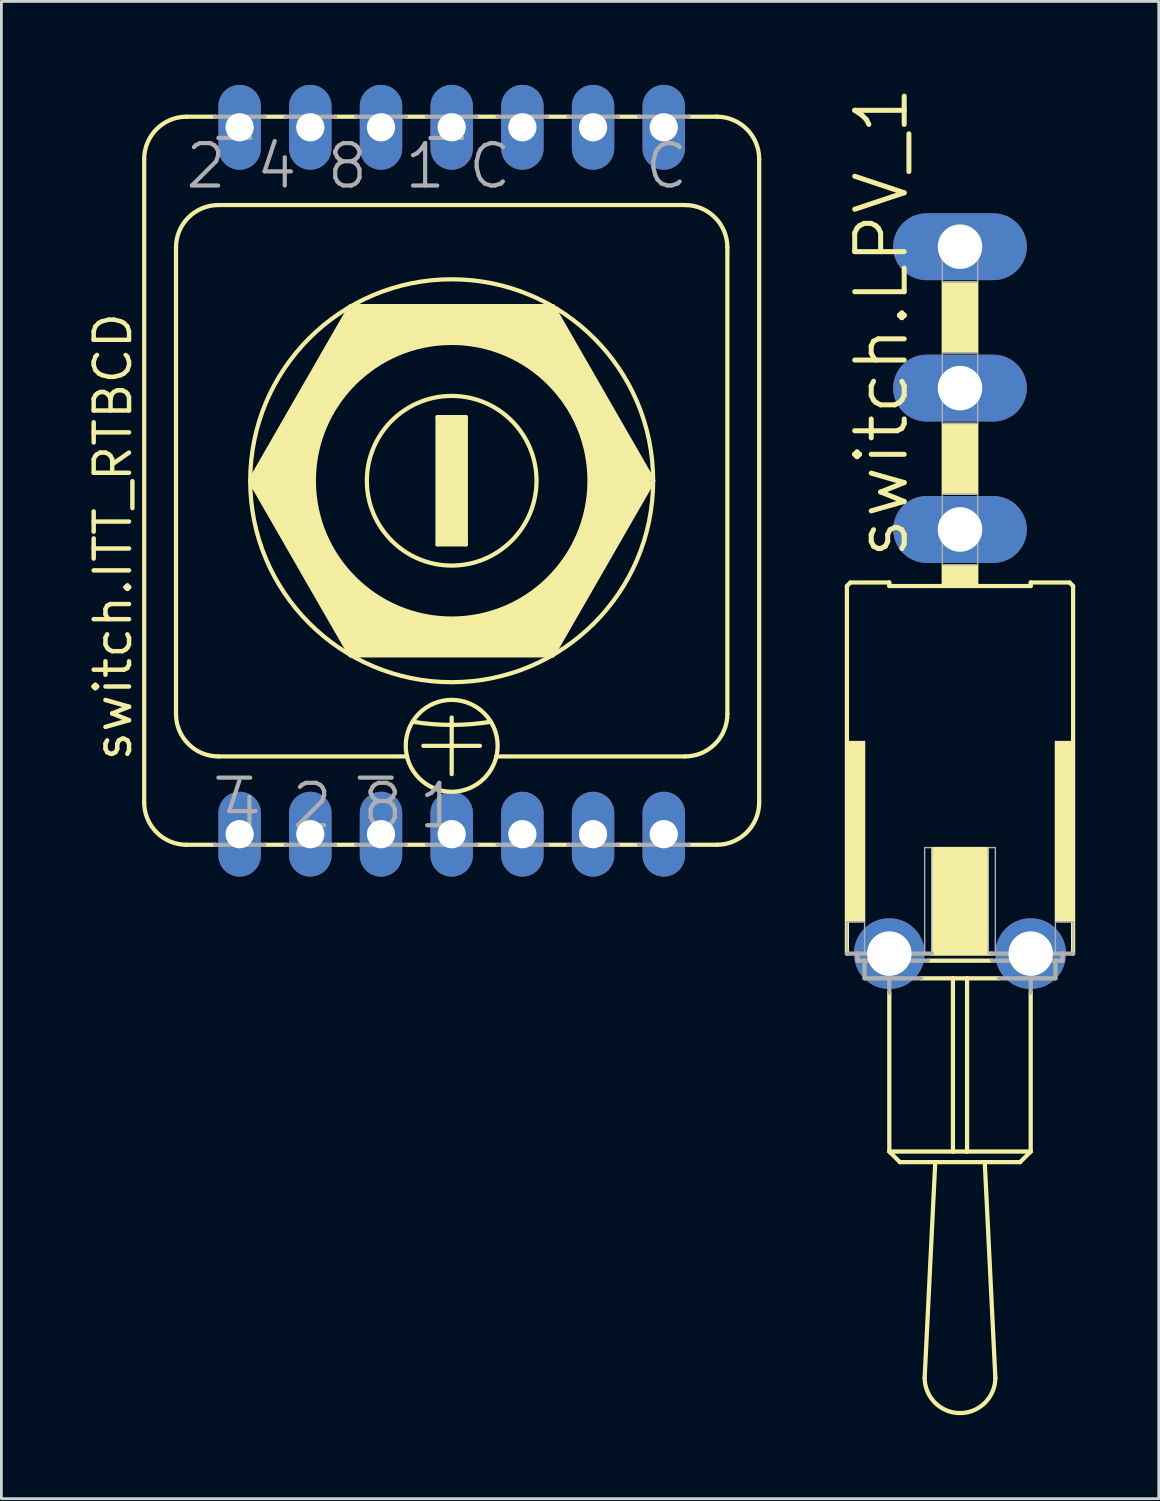
<source format=kicad_pcb>
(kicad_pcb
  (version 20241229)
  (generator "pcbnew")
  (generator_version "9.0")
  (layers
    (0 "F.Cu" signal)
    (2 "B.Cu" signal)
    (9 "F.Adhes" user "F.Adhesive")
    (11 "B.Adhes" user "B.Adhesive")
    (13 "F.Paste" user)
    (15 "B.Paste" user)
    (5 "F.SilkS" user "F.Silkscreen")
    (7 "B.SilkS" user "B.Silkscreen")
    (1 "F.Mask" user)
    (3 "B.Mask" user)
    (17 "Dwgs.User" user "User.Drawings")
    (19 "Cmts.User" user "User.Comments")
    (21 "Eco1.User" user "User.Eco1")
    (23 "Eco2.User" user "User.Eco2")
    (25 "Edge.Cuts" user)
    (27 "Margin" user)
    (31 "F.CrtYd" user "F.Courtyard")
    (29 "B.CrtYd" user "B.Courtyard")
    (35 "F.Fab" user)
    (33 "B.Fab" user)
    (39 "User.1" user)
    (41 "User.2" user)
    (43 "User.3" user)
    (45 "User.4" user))
  (footprint "switch.LPV_1"
    (layer "F.Cu")
    (at 31.445 31.215)
    (property "Reference" "switch.LPV_1" (at -1.778 -14.097 90) (layer "F.SilkS") (effects (font (size 1.778 1.778) (thickness 0.18)) (justify left bottom)))
    (attr through_hole)
    (fp_line (start -4.064 -13.208) (end -3.937 -13.335) (stroke (width 0.152) (type default)) (layer "F.SilkS"))
    (fp_line (start -4.064 0) (end -4.064 -13.208) (stroke (width 0.152) (type default)) (layer "F.SilkS"))
    (fp_line (start -3.937 -13.335) (end -2.54 -13.335) (stroke (width 0.152) (type default)) (layer "F.SilkS"))
    (fp_line (start -2.54 -13.208) (end -2.54 -13.335) (stroke (width 0.152) (type default)) (layer "F.SilkS"))
    (fp_line (start -2.54 -13.208) (end 2.54 -13.208) (stroke (width 0.152) (type default)) (layer "F.SilkS"))
    (fp_line (start -2.54 1.397) (end -2.54 7.112) (stroke (width 0.152) (type default)) (layer "F.SilkS"))
    (fp_line (start -2.54 7.112) (end -2.159 7.493) (stroke (width 0.152) (type default)) (layer "F.SilkS"))
    (fp_line (start -2.159 7.493) (end -0.889 7.493) (stroke (width 0.152) (type default)) (layer "F.SilkS"))
    (fp_line (start -1.397 0.889) (end -0.254 0.889) (stroke (width 0.152) (type default)) (layer "F.SilkS"))
    (fp_line (start -1.143 0.254) (end 1.143 0.254) (stroke (width 0.152) (type default)) (layer "F.SilkS"))
    (fp_line (start -1.016 0) (end 1.143 0) (stroke (width 0.152) (type default)) (layer "F.SilkS"))
    (fp_line (start -0.889 7.493) (end -1.27 15.24) (stroke (width 0.152) (type default)) (layer "F.SilkS"))
    (fp_line (start -0.889 7.493) (end 0.889 7.493) (stroke (width 0.152) (type default)) (layer "F.SilkS"))
    (fp_line (start -0.254 7.112) (end -2.54 7.112) (stroke (width 0.152) (type default)) (layer "F.SilkS"))
    (fp_line (start -0.254 7.112) (end -0.254 0.889) (stroke (width 0.152) (type default)) (layer "F.SilkS"))
    (fp_line (start 0.254 0.889) (end -0.254 0.889) (stroke (width 0.152) (type default)) (layer "F.SilkS"))
    (fp_line (start 0.254 7.112) (end -0.254 7.112) (stroke (width 0.152) (type default)) (layer "F.SilkS"))
    (fp_line (start 0.254 7.112) (end 0.254 0.889) (stroke (width 0.152) (type default)) (layer "F.SilkS"))
    (fp_line (start 0.889 7.493) (end 2.159 7.493) (stroke (width 0.152) (type default)) (layer "F.SilkS"))
    (fp_line (start 1.27 15.24) (end 0.889 7.493) (stroke (width 0.152) (type default)) (layer "F.SilkS"))
    (fp_line (start 1.397 0.889) (end 0.254 0.889) (stroke (width 0.152) (type default)) (layer "F.SilkS"))
    (fp_line (start 2.54 -13.208) (end 2.54 -13.335) (stroke (width 0.152) (type default)) (layer "F.SilkS"))
    (fp_line (start 2.54 1.397) (end 2.54 7.112) (stroke (width 0.152) (type default)) (layer "F.SilkS"))
    (fp_line (start 2.54 7.112) (end 0.254 7.112) (stroke (width 0.152) (type default)) (layer "F.SilkS"))
    (fp_line (start 2.54 7.112) (end 2.159 7.493) (stroke (width 0.152) (type default)) (layer "F.SilkS"))
    (fp_line (start 3.937 -13.335) (end 2.54 -13.335) (stroke (width 0.152) (type default)) (layer "F.SilkS"))
    (fp_line (start 3.937 -13.335) (end 4.064 -13.208) (stroke (width 0.152) (type default)) (layer "F.SilkS"))
    (fp_line (start 4.064 -13.208) (end 4.064 0) (stroke (width 0.152) (type default)) (layer "F.SilkS"))
    (fp_rect (start -4.064 -1.143) (end -3.429 -7.62) (stroke (width 0.05) (type default)) (fill yes) (layer "F.SilkS"))
    (fp_rect (start -1.016 0) (end 1.016 -3.81) (stroke (width 0.05) (type default)) (fill yes) (layer "F.SilkS"))
    (fp_rect (start -0.635 -21.59) (end 0.635 -24.13) (stroke (width 0.05) (type default)) (fill yes) (layer "F.SilkS"))
    (fp_rect (start -0.635 -16.51) (end 0.635 -19.05) (stroke (width 0.05) (type default)) (fill yes) (layer "F.SilkS"))
    (fp_rect (start -0.635 -13.208) (end 0.635 -13.97) (stroke (width 0.05) (type default)) (fill yes) (layer "F.SilkS"))
    (fp_rect (start 3.429 -1.143) (end 4.064 -7.62) (stroke (width 0.05) (type default)) (fill yes) (layer "F.SilkS"))
    (fp_arc (start 1.27 15.24) (mid 0 16.51) (end -1.27 15.24) (stroke (width 0.1524) (type default)) (layer "F.SilkS"))
    (fp_line (start -4.064 0) (end -3.683 0) (stroke (width 0.152) (type default)) (layer "F.Fab"))
    (fp_line (start -3.683 0) (end -3.683 0.254) (stroke (width 0.152) (type default)) (layer "F.Fab"))
    (fp_line (start -3.429 0.254) (end -3.683 0.254) (stroke (width 0.152) (type default)) (layer "F.Fab"))
    (fp_line (start -3.429 0.254) (end -3.429 0.889) (stroke (width 0.152) (type default)) (layer "F.Fab"))
    (fp_line (start -2.54 0.889) (end -3.429 0.889) (stroke (width 0.152) (type default)) (layer "F.Fab"))
    (fp_line (start -2.54 0.889) (end -2.54 1.397) (stroke (width 0.152) (type default)) (layer "F.Fab"))
    (fp_line (start -1.397 0.889) (end -2.54 0.889) (stroke (width 0.152) (type default)) (layer "F.Fab"))
    (fp_line (start -1.143 0.254) (end -3.429 0.254) (stroke (width 0.152) (type default)) (layer "F.Fab"))
    (fp_line (start -1.016 0) (end -3.683 0) (stroke (width 0.152) (type default)) (layer "F.Fab"))
    (fp_line (start 2.54 0.889) (end 1.397 0.889) (stroke (width 0.152) (type default)) (layer "F.Fab"))
    (fp_line (start 2.54 0.889) (end 2.54 1.397) (stroke (width 0.152) (type default)) (layer "F.Fab"))
    (fp_line (start 3.429 0.254) (end 1.143 0.254) (stroke (width 0.152) (type default)) (layer "F.Fab"))
    (fp_line (start 3.429 0.889) (end 2.54 0.889) (stroke (width 0.152) (type default)) (layer "F.Fab"))
    (fp_line (start 3.429 0.889) (end 3.429 0.254) (stroke (width 0.152) (type default)) (layer "F.Fab"))
    (fp_line (start 3.683 0) (end 1.143 0) (stroke (width 0.152) (type default)) (layer "F.Fab"))
    (fp_line (start 3.683 0) (end 4.064 0) (stroke (width 0.152) (type default)) (layer "F.Fab"))
    (fp_line (start 3.683 0.254) (end 3.429 0.254) (stroke (width 0.152) (type default)) (layer "F.Fab"))
    (fp_line (start 3.683 0.254) (end 3.683 0) (stroke (width 0.152) (type default)) (layer "F.Fab"))
    (fp_rect (start -4.064 0) (end -3.429 -1.143) (stroke (width 0.05) (type default)) (fill no) (layer "F.Fab"))
    (fp_rect (start -1.27 0) (end -1.016 -3.81) (stroke (width 0.05) (type default)) (fill no) (layer "F.Fab"))
    (fp_rect (start -0.635 -24.13) (end 0.635 -25.781) (stroke (width 0.05) (type default)) (fill no) (layer "F.Fab"))
    (fp_rect (start -0.635 -19.05) (end 0.635 -21.59) (stroke (width 0.05) (type default)) (fill no) (layer "F.Fab"))
    (fp_rect (start -0.635 -13.97) (end 0.635 -16.51) (stroke (width 0.05) (type default)) (fill no) (layer "F.Fab"))
    (fp_rect (start 1.016 0) (end 1.27 -3.81) (stroke (width 0.05) (type default)) (fill no) (layer "F.Fab"))
    (fp_rect (start 3.429 0) (end 4.064 -1.143) (stroke (width 0.05) (type default)) (fill no) (layer "F.Fab"))
    (pad "1" thru_hole oval (at 0 -15.24) (size 4.801 2.4) (drill 1.6) (layers "*.Cu" "*.Mask"))
    (pad "2" thru_hole oval (at 0 -20.32) (size 4.801 2.4) (drill 1.6) (layers "*.Cu" "*.Mask"))
    (pad "3" thru_hole oval (at 0 -25.4) (size 4.801 2.4) (drill 1.6) (layers "*.Cu" "*.Mask"))
    (pad "B" thru_hole circle (at -2.54 0) (size 2.54 2.54) (drill 1.6) (layers "*.Cu" "*.Mask"))
    (pad "B1" thru_hole circle (at 2.54 0) (size 2.54 2.54) (drill 1.6) (layers "*.Cu" "*.Mask")))
  (footprint "switch.ITT_RTBCD"
    (layer "F.Cu")
    (at 13.18 14.224)
    (property "Reference" "switch.ITT_RTBCD" (at -11.43 10.16 90) (layer "F.SilkS") (effects (font (size 1.27 1.27) (thickness 0.16)) (justify left bottom)))
    (attr through_hole)
    (fp_line (start -11.049 11.557) (end -11.049 -11.557) (stroke (width 0.152) (type default)) (layer "F.SilkS"))
    (fp_line (start -9.906 8.382) (end -9.906 -8.382) (stroke (width 0.152) (type default)) (layer "F.SilkS"))
    (fp_line (start -8.509 -13.081) (end -9.525 -13.081) (stroke (width 0.152) (type default)) (layer "F.SilkS"))
    (fp_line (start -8.509 13.081) (end -9.525 13.081) (stroke (width 0.152) (type default)) (layer "F.SilkS"))
    (fp_line (start -8.382 -9.906) (end 8.382 -9.906) (stroke (width 0.152) (type default)) (layer "F.SilkS"))
    (fp_line (start -7.239 0) (end -3.632 6.274) (stroke (width 0.152) (type default)) (layer "F.SilkS"))
    (fp_line (start -6.731 -13.081) (end -5.969 -13.081) (stroke (width 0.152) (type default)) (layer "F.SilkS"))
    (fp_line (start -6.606 0) (end -3.29 -5.689) (stroke (width 1.168) (type default)) (layer "F.SilkS"))
    (fp_line (start -5.969 13.081) (end -6.731 13.081) (stroke (width 0.152) (type default)) (layer "F.SilkS"))
    (fp_line (start -4.191 -13.081) (end -3.429 -13.081) (stroke (width 0.152) (type default)) (layer "F.SilkS"))
    (fp_line (start -3.632 -6.274) (end -7.239 0) (stroke (width 0.152) (type default)) (layer "F.SilkS"))
    (fp_line (start -3.632 6.274) (end 3.632 6.274) (stroke (width 0.152) (type default)) (layer "F.SilkS"))
    (fp_line (start -3.429 13.081) (end -4.191 13.081) (stroke (width 0.152) (type default)) (layer "F.SilkS"))
    (fp_line (start -3.29 -5.689) (end 3.29 -5.689) (stroke (width 1.168) (type default)) (layer "F.SilkS"))
    (fp_line (start -3.263 5.716) (end -6.471 0.189) (stroke (width 1.168) (type default)) (layer "F.SilkS"))
    (fp_line (start -1.651 -13.081) (end -0.889 -13.081) (stroke (width 0.152) (type default)) (layer "F.SilkS"))
    (fp_line (start -1.6 9.906) (end -8.382 9.906) (stroke (width 0.152) (type default)) (layer "F.SilkS"))
    (fp_line (start -1.016 9.525) (end 1.016 9.525) (stroke (width 0.152) (type default)) (layer "F.SilkS"))
    (fp_line (start -0.889 13.081) (end -1.651 13.081) (stroke (width 0.152) (type default)) (layer "F.SilkS"))
    (fp_line (start -0.508 -2.286) (end 0.508 -2.286) (stroke (width 0.152) (type default)) (layer "F.SilkS"))
    (fp_line (start -0.508 2.286) (end -0.508 -2.286) (stroke (width 0.152) (type default)) (layer "F.SilkS"))
    (fp_line (start 0 10.541) (end 0 8.509) (stroke (width 0.152) (type default)) (layer "F.SilkS"))
    (fp_line (start 0.508 -2.286) (end 0.508 2.286) (stroke (width 0.152) (type default)) (layer "F.SilkS"))
    (fp_line (start 0.508 2.286) (end -0.508 2.286) (stroke (width 0.152) (type default)) (layer "F.SilkS"))
    (fp_line (start 0.889 -13.081) (end 1.651 -13.081) (stroke (width 0.152) (type default)) (layer "F.SilkS"))
    (fp_line (start 1.651 13.081) (end 0.889 13.081) (stroke (width 0.152) (type default)) (layer "F.SilkS"))
    (fp_line (start 3.29 -5.689) (end 6.552 0) (stroke (width 1.168) (type default)) (layer "F.SilkS"))
    (fp_line (start 3.29 5.716) (end -3.263 5.716) (stroke (width 1.168) (type default)) (layer "F.SilkS"))
    (fp_line (start 3.429 -13.081) (end 4.191 -13.081) (stroke (width 0.152) (type default)) (layer "F.SilkS"))
    (fp_line (start 3.632 -6.274) (end -3.632 -6.274) (stroke (width 0.152) (type default)) (layer "F.SilkS"))
    (fp_line (start 3.632 6.274) (end 7.239 0) (stroke (width 0.152) (type default)) (layer "F.SilkS"))
    (fp_line (start 4.191 13.081) (end 3.429 13.081) (stroke (width 0.152) (type default)) (layer "F.SilkS"))
    (fp_line (start 5.969 -13.081) (end 6.731 -13.081) (stroke (width 0.152) (type default)) (layer "F.SilkS"))
    (fp_line (start 5.969 13.081) (end 6.731 13.081) (stroke (width 0.152) (type default)) (layer "F.SilkS"))
    (fp_line (start 6.552 0) (end 3.29 5.716) (stroke (width 1.168) (type default)) (layer "F.SilkS"))
    (fp_line (start 7.239 0) (end 3.632 -6.274) (stroke (width 0.152) (type default)) (layer "F.SilkS"))
    (fp_line (start 8.382 9.906) (end 1.6 9.906) (stroke (width 0.152) (type default)) (layer "F.SilkS"))
    (fp_line (start 8.509 -13.081) (end 9.525 -13.081) (stroke (width 0.152) (type default)) (layer "F.SilkS"))
    (fp_line (start 8.509 13.081) (end 9.525 13.081) (stroke (width 0.152) (type default)) (layer "F.SilkS"))
    (fp_line (start 9.906 -8.382) (end 9.906 8.382) (stroke (width 0.152) (type default)) (layer "F.SilkS"))
    (fp_line (start 11.049 -11.557) (end 11.049 11.557) (stroke (width 0.152) (type default)) (layer "F.SilkS"))
    (fp_rect (start -0.508 2.286) (end 0.508 -2.286) (stroke (width 0.05) (type default)) (fill yes) (layer "F.SilkS"))
    (fp_arc (start -11.049 -11.557) (mid -10.602631 -12.634631) (end -9.525 -13.081) (stroke (width 0.1524) (type default)) (layer "F.SilkS"))
    (fp_arc (start -9.906 -8.382) (mid -9.459631 -9.459631) (end -8.382 -9.906) (stroke (width 0.1524) (type default)) (layer "F.SilkS"))
    (fp_arc (start -9.525 13.081) (mid -10.602631 12.634631) (end -11.049 11.557) (stroke (width 0.1524) (type default)) (layer "F.SilkS"))
    (fp_arc (start -8.382 9.906) (mid -9.459631 9.459631) (end -9.906 8.382) (stroke (width 0.1524) (type default)) (layer "F.SilkS"))
    (fp_arc (start 1.397 8.6614) (mid 0 8.773338) (end -1.397 8.6614) (stroke (width 0.1524) (type default)) (layer "F.SilkS"))
    (fp_arc (start 8.382 -9.906) (mid 9.459631 -9.459631) (end 9.906 -8.382) (stroke (width 0.1524) (type default)) (layer "F.SilkS"))
    (fp_arc (start 9.525 -13.081) (mid 10.602631 -12.634631) (end 11.049 -11.557) (stroke (width 0.1524) (type default)) (layer "F.SilkS"))
    (fp_arc (start 9.906 8.382) (mid 9.459631 9.459631) (end 8.382 9.906) (stroke (width 0.1524) (type default)) (layer "F.SilkS"))
    (fp_arc (start 11.049 11.557) (mid 10.602631 12.634631) (end 9.525 13.081) (stroke (width 0.1524) (type default)) (layer "F.SilkS"))
    (fp_circle (center 0 0) (end 3.048 0) (stroke (width 0.152) (type default)) (fill no) (layer "F.SilkS"))
    (fp_circle (center 0 0) (end 4.953 0) (stroke (width 0.152) (type default)) (fill no) (layer "F.SilkS"))
    (fp_circle (center 0 0) (end 5.609 0) (stroke (width 1.27) (type default)) (fill no) (layer "F.SilkS"))
    (fp_circle (center 0 0) (end 7.239 0) (stroke (width 0.152) (type default)) (fill no) (layer "F.SilkS"))
    (fp_circle (center 0 9.525) (end 1.651 9.525) (stroke (width 0.152) (type default)) (fill no) (layer "F.SilkS"))
    (fp_line (start -8.382 -12.319) (end -7.239 -12.319) (stroke (width 0.152) (type default)) (layer "F.Fab"))
    (fp_line (start -8.382 10.668) (end -7.239 10.668) (stroke (width 0.152) (type default)) (layer "F.Fab"))
    (fp_line (start -6.731 -13.081) (end -8.509 -13.081) (stroke (width 0.152) (type default)) (layer "F.Fab"))
    (fp_line (start -6.731 13.081) (end -8.509 13.081) (stroke (width 0.152) (type default)) (layer "F.Fab"))
    (fp_line (start -4.191 -13.081) (end -5.969 -13.081) (stroke (width 0.152) (type default)) (layer "F.Fab"))
    (fp_line (start -4.191 13.081) (end -5.969 13.081) (stroke (width 0.152) (type default)) (layer "F.Fab"))
    (fp_line (start -3.302 10.668) (end -2.159 10.668) (stroke (width 0.152) (type default)) (layer "F.Fab"))
    (fp_line (start -1.651 -13.081) (end -3.429 -13.081) (stroke (width 0.152) (type default)) (layer "F.Fab"))
    (fp_line (start -1.651 13.081) (end -3.429 13.081) (stroke (width 0.152) (type default)) (layer "F.Fab"))
    (fp_line (start -0.762 -12.319) (end 0.381 -12.319) (stroke (width 0.152) (type default)) (layer "F.Fab"))
    (fp_line (start 0.889 -13.081) (end -0.889 -13.081) (stroke (width 0.152) (type default)) (layer "F.Fab"))
    (fp_line (start 0.889 13.081) (end -0.889 13.081) (stroke (width 0.152) (type default)) (layer "F.Fab"))
    (fp_line (start 3.429 -13.081) (end 1.651 -13.081) (stroke (width 0.152) (type default)) (layer "F.Fab"))
    (fp_line (start 3.429 13.081) (end 1.651 13.081) (stroke (width 0.152) (type default)) (layer "F.Fab"))
    (fp_line (start 5.969 -13.081) (end 4.191 -13.081) (stroke (width 0.152) (type default)) (layer "F.Fab"))
    (fp_line (start 5.969 13.081) (end 4.191 13.081) (stroke (width 0.152) (type default)) (layer "F.Fab"))
    (fp_line (start 8.509 -13.081) (end 6.731 -13.081) (stroke (width 0.152) (type default)) (layer "F.Fab"))
    (fp_line (start 8.509 13.081) (end 6.731 13.081) (stroke (width 0.152) (type default)) (layer "F.Fab"))
    (fp_text user "C " (at 0.508 -10.414 0) (layer "F.Fab") (effects (font (size 1.524 1.524) (thickness 0.15)) (justify left bottom)))
    (fp_text user "8 " (at -4.572 -10.414 0) (layer "F.Fab") (effects (font (size 1.524 1.524) (thickness 0.15)) (justify left bottom)))
    (fp_text user "1" (at -1.27 12.573 0) (layer "F.Fab") (effects (font (size 1.524 1.524) (thickness 0.15)) (justify left bottom)))
    (fp_text user "2" (at -5.842 12.573 0) (layer "F.Fab") (effects (font (size 1.524 1.524) (thickness 0.15)) (justify left bottom)))
    (fp_text user "2 " (at -9.652 -10.414 0) (layer "F.Fab") (effects (font (size 1.524 1.524) (thickness 0.15)) (justify left bottom)))
    (fp_text user "4 " (at -7.112 -10.414 0) (layer "F.Fab") (effects (font (size 1.524 1.524) (thickness 0.15)) (justify left bottom)))
    (fp_text user "C" (at 6.858 -10.414 0) (layer "F.Fab") (effects (font (size 1.524 1.524) (thickness 0.15)) (justify left bottom)))
    (fp_text user "4" (at -8.382 12.573 0) (layer "F.Fab") (effects (font (size 1.524 1.524) (thickness 0.15)) (justify left bottom)))
    (fp_text user "8" (at -3.302 12.573 0) (layer "F.Fab") (effects (font (size 1.524 1.524) (thickness 0.15)) (justify left bottom)))
    (fp_text user "1 " (at -1.778 -10.414 0) (layer "F.Fab") (effects (font (size 1.524 1.524) (thickness 0.15)) (justify left bottom)))
    (pad "1" thru_hole oval (at 0 12.7 90) (size 3.048 1.524) (drill 1.016) (layers "*.Cu" "*.Mask"))
    (pad "1/" thru_hole oval (at 0 -12.7 90) (size 3.048 1.524) (drill 1.016) (layers "*.Cu" "*.Mask"))
    (pad "2" thru_hole oval (at -5.08 12.7 90) (size 3.048 1.524) (drill 1.016) (layers "*.Cu" "*.Mask"))
    (pad "2/" thru_hole oval (at -7.62 -12.7 90) (size 3.048 1.524) (drill 1.016) (layers "*.Cu" "*.Mask"))
    (pad "4" thru_hole oval (at -5.08 -12.7 90) (size 3.048 1.524) (drill 1.016) (layers "*.Cu" "*.Mask"))
    (pad "4/" thru_hole oval (at -7.62 12.7 90) (size 3.048 1.524) (drill 1.016) (layers "*.Cu" "*.Mask"))
    (pad "8" thru_hole oval (at -2.54 -12.7 90) (size 3.048 1.524) (drill 1.016) (layers "*.Cu" "*.Mask"))
    (pad "8/" thru_hole oval (at -2.54 12.7 90) (size 3.048 1.524) (drill 1.016) (layers "*.Cu" "*.Mask"))
    (pad "C" thru_hole oval (at 2.54 -12.7 90) (size 3.048 1.524) (drill 1.016) (layers "*.Cu" "*.Mask"))
    (pad "C@" thru_hole oval (at 7.62 -12.7 90) (size 3.048 1.524) (drill 1.016) (layers "*.Cu" "*.Mask"))
    (pad "E" thru_hole oval (at 2.54 12.7 90) (size 3.048 1.524) (drill 1.016) (layers "*.Cu" "*.Mask"))
    (pad "F" thru_hole oval (at 5.08 12.7 90) (size 3.048 1.524) (drill 1.016) (layers "*.Cu" "*.Mask"))
    (pad "G" thru_hole oval (at 7.62 12.7 90) (size 3.048 1.524) (drill 1.016) (layers "*.Cu" "*.Mask"))
    (pad "M" thru_hole oval (at 5.08 -12.7 90) (size 3.048 1.524) (drill 1.016) (layers "*.Cu" "*.Mask")))
  (gr_rect
    (start -3 -3)
    (end 38.586 50.801)
    (stroke (width 0.1) (type default))
    (fill no)
    (layer "Edge.Cuts")))
</source>
